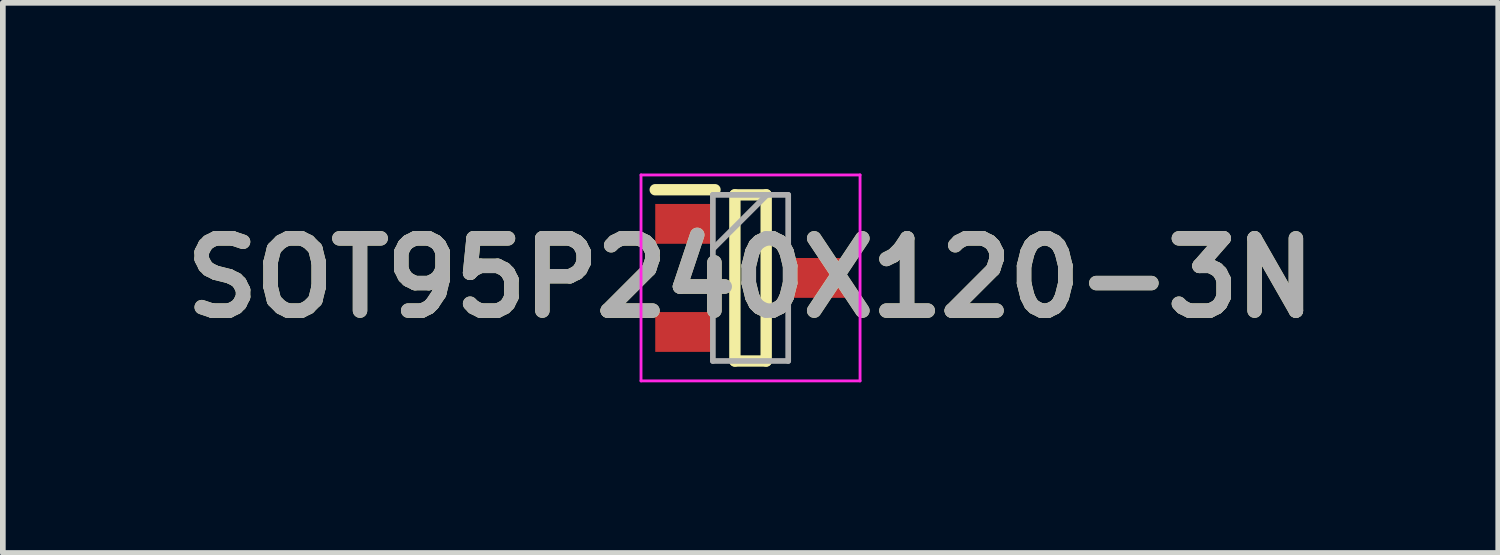
<source format=kicad_pcb>
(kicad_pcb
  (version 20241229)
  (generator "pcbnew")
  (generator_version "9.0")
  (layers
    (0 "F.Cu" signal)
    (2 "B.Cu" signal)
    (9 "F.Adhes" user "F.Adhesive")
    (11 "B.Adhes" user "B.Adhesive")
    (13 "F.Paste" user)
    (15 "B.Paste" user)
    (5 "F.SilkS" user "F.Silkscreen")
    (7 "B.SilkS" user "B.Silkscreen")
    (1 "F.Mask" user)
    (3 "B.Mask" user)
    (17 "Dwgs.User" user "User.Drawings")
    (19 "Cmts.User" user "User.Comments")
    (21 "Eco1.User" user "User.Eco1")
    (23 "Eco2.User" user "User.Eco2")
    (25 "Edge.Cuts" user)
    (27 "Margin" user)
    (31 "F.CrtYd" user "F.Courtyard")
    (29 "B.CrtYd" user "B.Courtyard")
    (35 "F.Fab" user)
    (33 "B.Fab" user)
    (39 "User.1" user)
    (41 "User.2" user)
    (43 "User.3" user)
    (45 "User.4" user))
  (footprint "SOT95P240X120-3N"
    (layer "F.Cu")
    (at 10.142 1.835)
    (property "Reference" "SOT95P240X120-3N" (at 0 0 0) (layer "F.SilkS") (effects (font (size 1.27 1.27) (thickness 0.254))))
    (attr smd)
    (fp_line (start -1.675 -1.55) (end -0.625 -1.55) (stroke (width 0.2) (type solid)) (layer "F.SilkS"))
    (fp_line (start -0.275 -1.46) (end 0.275 -1.46) (stroke (width 0.2) (type solid)) (layer "F.SilkS"))
    (fp_line (start -0.275 1.46) (end -0.275 -1.46) (stroke (width 0.2) (type solid)) (layer "F.SilkS"))
    (fp_line (start 0.275 -1.46) (end 0.275 1.46) (stroke (width 0.2) (type solid)) (layer "F.SilkS"))
    (fp_line (start 0.275 1.46) (end -0.275 1.46) (stroke (width 0.2) (type solid)) (layer "F.SilkS"))
    (fp_line (start -1.925 -1.81) (end 1.925 -1.81) (stroke (width 0.05) (type solid)) (layer "F.CrtYd"))
    (fp_line (start -1.925 1.81) (end -1.925 -1.81) (stroke (width 0.05) (type solid)) (layer "F.CrtYd"))
    (fp_line (start 1.925 -1.81) (end 1.925 1.81) (stroke (width 0.05) (type solid)) (layer "F.CrtYd"))
    (fp_line (start 1.925 1.81) (end -1.925 1.81) (stroke (width 0.05) (type solid)) (layer "F.CrtYd"))
    (fp_line (start -0.662 -1.46) (end 0.662 -1.46) (stroke (width 0.1) (type solid)) (layer "F.Fab"))
    (fp_line (start -0.662 -0.51) (end 0.288 -1.46) (stroke (width 0.1) (type solid)) (layer "F.Fab"))
    (fp_line (start -0.662 1.46) (end -0.662 -1.46) (stroke (width 0.1) (type solid)) (layer "F.Fab"))
    (fp_line (start 0.662 -1.46) (end 0.662 1.46) (stroke (width 0.1) (type solid)) (layer "F.Fab"))
    (fp_line (start 0.662 1.46) (end -0.662 1.46) (stroke (width 0.1) (type solid)) (layer "F.Fab"))
    (fp_text user "${REFERENCE}" (at 0 0 0) (layer "F.Fab") (effects (font (size 1.27 1.27) (thickness 0.254))))
    (pad "1" smd rect (at -1.15 -0.95 90) (size 0.7 1.05) (layers "F.Cu" "F.Mask" "F.Paste"))
    (pad "2" smd rect (at -1.15 0.95 90) (size 0.7 1.05) (layers "F.Cu" "F.Mask" "F.Paste"))
    (pad "3" smd rect (at 1.15 0 90) (size 0.7 1.05) (layers "F.Cu" "F.Mask" "F.Paste")))
  (gr_rect
    (start -3 -3)
    (end 23.284 6.67)
    (stroke (width 0.1) (type default))
    (fill no)
    (layer "Edge.Cuts")))
</source>
